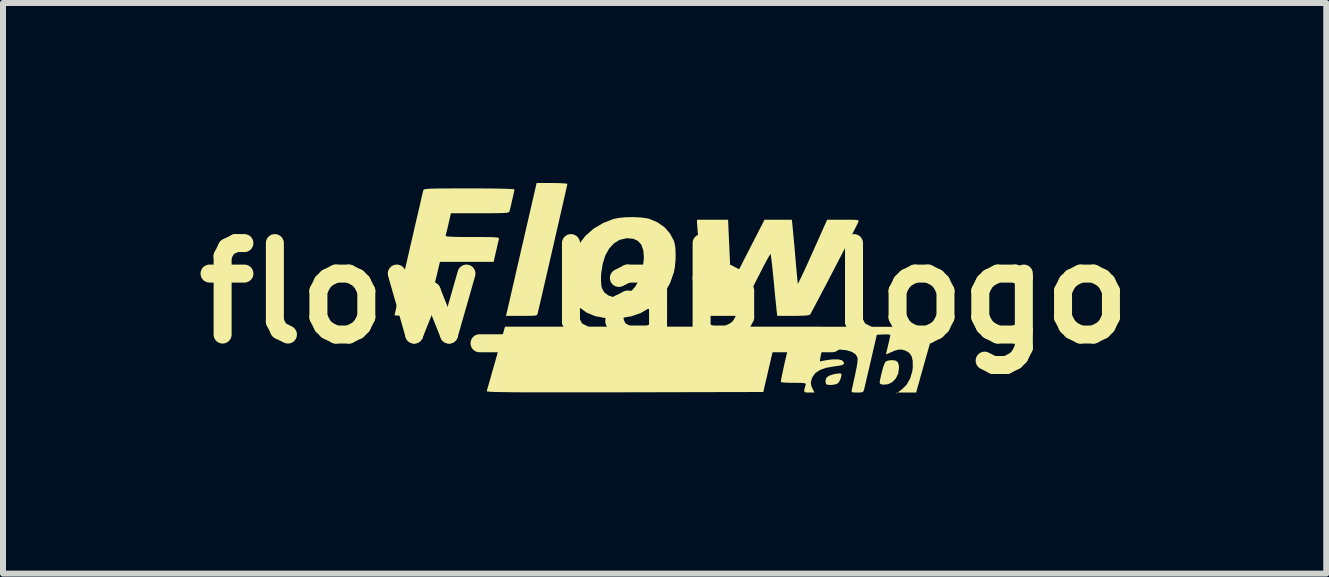
<source format=kicad_pcb>
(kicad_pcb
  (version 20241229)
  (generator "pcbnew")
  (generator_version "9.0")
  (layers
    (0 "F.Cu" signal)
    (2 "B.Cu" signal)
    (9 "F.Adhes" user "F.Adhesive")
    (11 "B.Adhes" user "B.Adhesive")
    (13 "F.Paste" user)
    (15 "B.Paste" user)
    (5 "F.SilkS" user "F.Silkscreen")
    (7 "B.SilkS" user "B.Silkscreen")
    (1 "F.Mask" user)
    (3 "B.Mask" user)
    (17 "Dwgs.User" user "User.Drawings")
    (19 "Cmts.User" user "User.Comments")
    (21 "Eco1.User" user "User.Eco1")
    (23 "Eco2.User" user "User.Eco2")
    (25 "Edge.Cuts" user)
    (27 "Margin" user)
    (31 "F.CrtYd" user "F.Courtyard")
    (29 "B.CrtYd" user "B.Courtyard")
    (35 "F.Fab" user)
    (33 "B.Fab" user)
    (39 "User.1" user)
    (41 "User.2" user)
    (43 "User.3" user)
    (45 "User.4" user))
  (footprint "flow_lab_logo"
    (layer "F.Cu")
    (at 8.026 1.836)
    (property "Reference" "flow_lab_logo" (at 0 0 0) (layer "F.SilkS") (effects (font (size 1.524 1.524) (thickness 0.3))))
    (attr board_only exclude_from_pos_files exclude_from_bom)
    (fp_poly (pts (xy 3.87 1.665) (xy 3.861 1.674) (xy 3.852 1.665) (xy 3.861 1.656)) (stroke (width 0) (type solid)) (fill yes) (layer "F.SilkS"))
    (fp_poly (pts (xy 2.944 1.342) (xy 2.948 1.367) (xy 2.936 1.418) (xy 2.933 1.427) (xy 2.905 1.486) (xy 2.869 1.513) (xy 2.821 1.525) (xy 2.765 1.53) (xy 2.718 1.527) (xy 2.694 1.518) (xy 2.685 1.493) (xy 2.682 1.456) (xy 2.696 1.41) (xy 2.739 1.376) (xy 2.814 1.352) (xy 2.867 1.342) (xy 2.919 1.336)) (stroke (width 0) (type solid)) (fill yes) (layer "F.SilkS"))
    (fp_poly (pts (xy 3.852 1.124) (xy 3.888 1.151) (xy 3.904 1.204) (xy 3.906 1.25) (xy 3.892 1.343) (xy 3.854 1.421) (xy 3.796 1.481) (xy 3.726 1.518) (xy 3.647 1.525) (xy 3.614 1.519) (xy 3.597 1.513) (xy 3.587 1.504) (xy 3.585 1.484) (xy 3.59 1.448) (xy 3.603 1.389) (xy 3.619 1.32) (xy 3.639 1.246) (xy 3.66 1.185) (xy 3.679 1.146) (xy 3.686 1.139) (xy 3.722 1.124) (xy 3.775 1.117) (xy 3.792 1.116)) (stroke (width 0) (type solid)) (fill yes) (layer "F.SilkS"))
    (fp_poly (pts (xy -1.785 -1.835) (xy -1.708 -1.832) (xy -1.652 -1.828) (xy -1.623 -1.823) (xy -1.62 -1.821) (xy -1.624 -1.802) (xy -1.635 -1.752) (xy -1.653 -1.673) (xy -1.676 -1.571) (xy -1.704 -1.448) (xy -1.736 -1.309) (xy -1.771 -1.156) (xy -1.808 -0.993) (xy -1.847 -0.825) (xy -1.886 -0.654) (xy -1.925 -0.485) (xy -1.963 -0.32) (xy -1.999 -0.164) (xy -2.032 -0.021) (xy -2.061 0.107) (xy -2.087 0.215) (xy -2.107 0.3) (xy -2.115 0.338) (xy -2.12 0.353) (xy -2.13 0.364) (xy -2.151 0.372) (xy -2.189 0.376) (xy -2.248 0.377) (xy -2.336 0.378) (xy -2.384 0.378) (xy -2.643 0.378) (xy -2.619 0.275) (xy -2.61 0.238) (xy -2.595 0.17) (xy -2.572 0.074) (xy -2.545 -0.047) (xy -2.512 -0.188) (xy -2.476 -0.347) (xy -2.436 -0.52) (xy -2.394 -0.703) (xy -2.364 -0.832) (xy -2.133 -1.836) (xy -1.877 -1.836)) (stroke (width 0) (type solid)) (fill yes) (layer "F.SilkS"))
    (fp_poly (pts (xy -0.4 -1.262) (xy -0.294 -1.248) (xy -0.25 -1.237) (xy -0.117 -1.18) (xy -0.002 -1.099) (xy 0.089 -0.996) (xy 0.152 -0.879) (xy 0.165 -0.84) (xy 0.179 -0.762) (xy 0.184 -0.662) (xy 0.182 -0.551) (xy 0.172 -0.442) (xy 0.155 -0.347) (xy 0.153 -0.342) (xy 0.091 -0.168) (xy 0.002 -0.011) (xy -0.112 0.128) (xy -0.246 0.242) (xy -0.396 0.33) (xy -0.549 0.384) (xy -0.706 0.411) (xy -0.874 0.42) (xy -0.999 0.413) (xy -1.162 0.381) (xy -1.301 0.323) (xy -1.415 0.24) (xy -1.503 0.135) (xy -1.564 0.008) (xy -1.596 -0.138) (xy -1.597 -0.203) (xy -1.06 -0.203) (xy -1.053 -0.122) (xy -1.045 -0.084) (xy -1.004 -0.013) (xy -0.939 0.037) (xy -0.857 0.065) (xy -0.765 0.068) (xy -0.67 0.044) (xy -0.657 0.038) (xy -0.565 -0.023) (xy -0.485 -0.114) (xy -0.421 -0.23) (xy -0.375 -0.368) (xy -0.359 -0.45) (xy -0.345 -0.596) (xy -0.355 -0.715) (xy -0.387 -0.807) (xy -0.443 -0.87) (xy -0.521 -0.907) (xy -0.622 -0.915) (xy -0.642 -0.914) (xy -0.75 -0.888) (xy -0.844 -0.83) (xy -0.924 -0.744) (xy -0.987 -0.63) (xy -1.031 -0.492) (xy -1.056 -0.333) (xy -1.058 -0.304) (xy -1.06 -0.203) (xy -1.597 -0.203) (xy -1.599 -0.301) (xy -1.577 -0.449) (xy -1.52 -0.639) (xy -1.433 -0.808) (xy -1.32 -0.955) (xy -1.181 -1.077) (xy -1.017 -1.173) (xy -0.855 -1.235) (xy -0.761 -1.255) (xy -0.646 -1.266) (xy -0.521 -1.268)) (stroke (width 0) (type solid)) (fill yes) (layer "F.SilkS"))
    (fp_poly (pts (xy -3.078 -1.746) (xy -2.918 -1.745) (xy -2.78 -1.743) (xy -2.667 -1.74) (xy -2.581 -1.737) (xy -2.525 -1.734) (xy -2.503 -1.73) (xy -2.502 -1.73) (xy -2.506 -1.706) (xy -2.516 -1.657) (xy -2.531 -1.593) (xy -2.547 -1.521) (xy -2.563 -1.452) (xy -2.577 -1.395) (xy -2.585 -1.364) (xy -2.591 -1.354) (xy -2.602 -1.347) (xy -2.625 -1.341) (xy -2.663 -1.337) (xy -2.719 -1.335) (xy -2.799 -1.333) (xy -2.905 -1.332) (xy -3.043 -1.332) (xy -3.078 -1.332) (xy -3.561 -1.332) (xy -3.601 -1.157) (xy -3.619 -1.08) (xy -3.635 -1.015) (xy -3.646 -0.971) (xy -3.65 -0.959) (xy -3.645 -0.951) (xy -3.623 -0.946) (xy -3.58 -0.942) (xy -3.512 -0.939) (xy -3.417 -0.937) (xy -3.291 -0.936) (xy -3.205 -0.936) (xy -3.066 -0.936) (xy -2.958 -0.935) (xy -2.879 -0.934) (xy -2.823 -0.931) (xy -2.788 -0.928) (xy -2.768 -0.922) (xy -2.76 -0.915) (xy -2.76 -0.906) (xy -2.761 -0.905) (xy -2.768 -0.874) (xy -2.782 -0.818) (xy -2.798 -0.745) (xy -2.809 -0.698) (xy -2.849 -0.522) (xy -3.744 -0.522) (xy -3.756 -0.473) (xy -3.764 -0.441) (xy -3.778 -0.38) (xy -3.798 -0.296) (xy -3.822 -0.194) (xy -3.848 -0.08) (xy -3.86 -0.027) (xy -3.952 0.369) (xy -4.226 0.374) (xy -4.321 0.375) (xy -4.401 0.375) (xy -4.462 0.373) (xy -4.495 0.37) (xy -4.5 0.368) (xy -4.496 0.349) (xy -4.485 0.299) (xy -4.468 0.221) (xy -4.445 0.119) (xy -4.417 -0.003) (xy -4.385 -0.141) (xy -4.351 -0.292) (xy -4.314 -0.451) (xy -4.276 -0.616) (xy -4.238 -0.782) (xy -4.2 -0.945) (xy -4.164 -1.103) (xy -4.13 -1.25) (xy -4.099 -1.383) (xy -4.072 -1.499) (xy -4.05 -1.594) (xy -4.034 -1.664) (xy -4.024 -1.706) (xy -4.021 -1.715) (xy -4.017 -1.722) (xy -4.007 -1.729) (xy -3.988 -1.734) (xy -3.958 -1.738) (xy -3.911 -1.741) (xy -3.847 -1.743) (xy -3.76 -1.745) (xy -3.649 -1.745) (xy -3.509 -1.746) (xy -3.338 -1.746) (xy -3.257 -1.746)) (stroke (width 0) (type solid)) (fill yes) (layer "F.SilkS"))
    (fp_poly (pts (xy 1.071 -0.932) (xy 1.077 -0.805) (xy 1.083 -0.666) (xy 1.089 -0.529) (xy 1.094 -0.409) (xy 1.095 -0.387) (xy 1.107 -0.135) (xy 1.665 -1.224) (xy 1.893 -1.224) (xy 2.12 -1.224) (xy 2.131 -1.13) (xy 2.135 -1.085) (xy 2.142 -1.01) (xy 2.151 -0.913) (xy 2.162 -0.799) (xy 2.173 -0.675) (xy 2.179 -0.603) (xy 2.189 -0.482) (xy 2.199 -0.372) (xy 2.208 -0.28) (xy 2.214 -0.21) (xy 2.219 -0.167) (xy 2.22 -0.156) (xy 2.228 -0.168) (xy 2.249 -0.209) (xy 2.281 -0.276) (xy 2.323 -0.364) (xy 2.372 -0.471) (xy 2.426 -0.592) (xy 2.467 -0.682) (xy 2.709 -1.224) (xy 2.977 -1.224) (xy 3.08 -1.224) (xy 3.152 -1.223) (xy 3.198 -1.22) (xy 3.224 -1.214) (xy 3.234 -1.206) (xy 3.233 -1.195) (xy 3.232 -1.193) (xy 3.221 -1.169) (xy 3.195 -1.117) (xy 3.157 -1.042) (xy 3.108 -0.947) (xy 3.051 -0.836) (xy 2.987 -0.712) (xy 2.918 -0.58) (xy 2.847 -0.444) (xy 2.776 -0.307) (xy 2.706 -0.172) (xy 2.639 -0.045) (xy 2.578 0.071) (xy 2.525 0.172) (xy 2.481 0.255) (xy 2.448 0.315) (xy 2.429 0.35) (xy 2.426 0.356) (xy 2.405 0.365) (xy 2.36 0.372) (xy 2.287 0.376) (xy 2.182 0.378) (xy 2.142 0.378) (xy 1.877 0.378) (xy 1.866 0.284) (xy 1.862 0.238) (xy 1.854 0.163) (xy 1.844 0.066) (xy 1.833 -0.047) (xy 1.822 -0.17) (xy 1.816 -0.225) (xy 1.804 -0.343) (xy 1.793 -0.45) (xy 1.783 -0.539) (xy 1.774 -0.606) (xy 1.768 -0.644) (xy 1.765 -0.652) (xy 1.755 -0.64) (xy 1.731 -0.599) (xy 1.694 -0.533) (xy 1.648 -0.446) (xy 1.594 -0.341) (xy 1.534 -0.223) (xy 1.494 -0.144) (xy 1.234 0.378) (xy 0.686 0.378) (xy 0.676 0.302) (xy 0.671 0.26) (xy 0.664 0.19) (xy 0.655 0.095) (xy 0.644 -0.019) (xy 0.631 -0.147) (xy 0.618 -0.286) (xy 0.605 -0.429) (xy 0.592 -0.573) (xy 0.579 -0.712) (xy 0.568 -0.841) (xy 0.558 -0.956) (xy 0.549 -1.052) (xy 0.544 -1.124) (xy 0.54 -1.167) (xy 0.54 -1.176) (xy 0.54 -1.224) (xy 1.058 -1.224)) (stroke (width 0) (type solid)) (fill yes) (layer "F.SilkS"))
    (fp_poly (pts (xy 1.344 0.558) (xy 1.732 0.558) (xy 2.087 0.558) (xy 2.41 0.558) (xy 2.704 0.559) (xy 2.968 0.559) (xy 3.206 0.559) (xy 3.417 0.56) (xy 3.604 0.56) (xy 3.769 0.561) (xy 3.912 0.562) (xy 4.035 0.563) (xy 4.14 0.564) (xy 4.227 0.566) (xy 4.299 0.567) (xy 4.357 0.569) (xy 4.403 0.571) (xy 4.437 0.573) (xy 4.462 0.576) (xy 4.479 0.579) (xy 4.488 0.582) (xy 4.493 0.585) (xy 4.493 0.589) (xy 4.493 0.59) (xy 4.484 0.621) (xy 4.467 0.681) (xy 4.443 0.765) (xy 4.415 0.865) (xy 4.383 0.977) (xy 4.35 1.094) (xy 4.317 1.211) (xy 4.286 1.321) (xy 4.258 1.419) (xy 4.236 1.5) (xy 4.22 1.557) (xy 4.213 1.58) (xy 4.193 1.656) (xy 3.883 1.656) (xy 3.953 1.605) (xy 4.034 1.525) (xy 4.093 1.421) (xy 4.129 1.298) (xy 4.136 1.233) (xy 4.135 1.127) (xy 4.116 1.049) (xy 4.076 0.994) (xy 4.023 0.962) (xy 3.96 0.941) (xy 3.903 0.94) (xy 3.838 0.957) (xy 3.785 0.98) (xy 3.734 1.003) (xy 3.7 1.016) (xy 3.69 1.017) (xy 3.694 0.998) (xy 3.705 0.952) (xy 3.72 0.888) (xy 3.726 0.861) (xy 3.743 0.791) (xy 3.755 0.735) (xy 3.762 0.701) (xy 3.762 0.697) (xy 3.746 0.69) (xy 3.703 0.687) (xy 3.65 0.688) (xy 3.537 0.693) (xy 3.437 1.125) (xy 3.409 1.247) (xy 3.382 1.36) (xy 3.359 1.459) (xy 3.341 1.536) (xy 3.329 1.589) (xy 3.324 1.607) (xy 3.314 1.635) (xy 3.297 1.65) (xy 3.261 1.655) (xy 3.211 1.656) (xy 3.154 1.655) (xy 3.125 1.65) (xy 3.116 1.636) (xy 3.119 1.616) (xy 3.126 1.583) (xy 3.139 1.524) (xy 3.156 1.445) (xy 3.176 1.357) (xy 3.177 1.349) (xy 3.199 1.243) (xy 3.213 1.157) (xy 3.217 1.097) (xy 3.215 1.074) (xy 3.184 1.02) (xy 3.123 0.979) (xy 3.037 0.952) (xy 2.93 0.94) (xy 2.806 0.945) (xy 2.759 0.95) (xy 2.694 0.96) (xy 2.644 0.969) (xy 2.62 0.975) (xy 2.619 0.976) (xy 2.612 0.996) (xy 2.603 1.039) (xy 2.599 1.061) (xy 2.587 1.139) (xy 2.639 1.127) (xy 2.686 1.118) (xy 2.752 1.109) (xy 2.801 1.104) (xy 2.892 1.103) (xy 2.954 1.118) (xy 2.985 1.148) (xy 2.988 1.168) (xy 2.983 1.184) (xy 2.963 1.196) (xy 2.922 1.207) (xy 2.854 1.217) (xy 2.827 1.22) (xy 2.692 1.244) (xy 2.589 1.28) (xy 2.514 1.33) (xy 2.466 1.395) (xy 2.447 1.445) (xy 2.437 1.499) (xy 2.445 1.545) (xy 2.463 1.586) (xy 2.498 1.656) (xy 2.408 1.656) (xy 2.36 1.655) (xy 2.333 1.648) (xy 2.326 1.627) (xy 2.334 1.584) (xy 2.351 1.526) (xy 2.352 1.512) (xy 2.342 1.503) (xy 2.315 1.498) (xy 2.266 1.495) (xy 2.188 1.494) (xy 2.153 1.494) (xy 2.071 1.493) (xy 2.002 1.49) (xy 1.956 1.486) (xy 1.938 1.481) (xy 1.939 1.46) (xy 1.948 1.409) (xy 1.963 1.335) (xy 1.983 1.243) (xy 2.006 1.138) (xy 2.009 1.127) (xy 2.034 1.02) (xy 2.055 0.923) (xy 2.072 0.842) (xy 2.084 0.784) (xy 2.088 0.754) (xy 2.088 0.754) (xy 2.083 0.735) (xy 2.064 0.725) (xy 2.022 0.721) (xy 1.981 0.72) (xy 1.922 0.723) (xy 1.878 0.731) (xy 1.862 0.74) (xy 1.855 0.762) (xy 1.841 0.815) (xy 1.821 0.893) (xy 1.798 0.99) (xy 1.771 1.104) (xy 1.748 1.203) (xy 1.645 1.647) (xy -0.664 1.652) (xy -1.009 1.652) (xy -1.319 1.653) (xy -1.597 1.653) (xy -1.843 1.653) (xy -2.06 1.653) (xy -2.249 1.652) (xy -2.412 1.652) (xy -2.55 1.651) (xy -2.665 1.649) (xy -2.759 1.648) (xy -2.833 1.646) (xy -2.889 1.644) (xy -2.928 1.641) (xy -2.953 1.638) (xy -2.964 1.635) (xy -2.965 1.633) (xy -2.958 1.61) (xy -2.943 1.558) (xy -2.92 1.479) (xy -2.892 1.379) (xy -2.859 1.263) (xy -2.822 1.134) (xy -2.808 1.084) (xy -2.66 0.558) (xy 0.921 0.558)) (stroke (width 0) (type solid)) (fill yes) (layer "F.SilkS")))
  (gr_rect
    (start -3 -3)
    (end 19.053 6.51)
    (stroke (width 0.1) (type default))
    (fill no)
    (layer "Edge.Cuts")))
</source>
